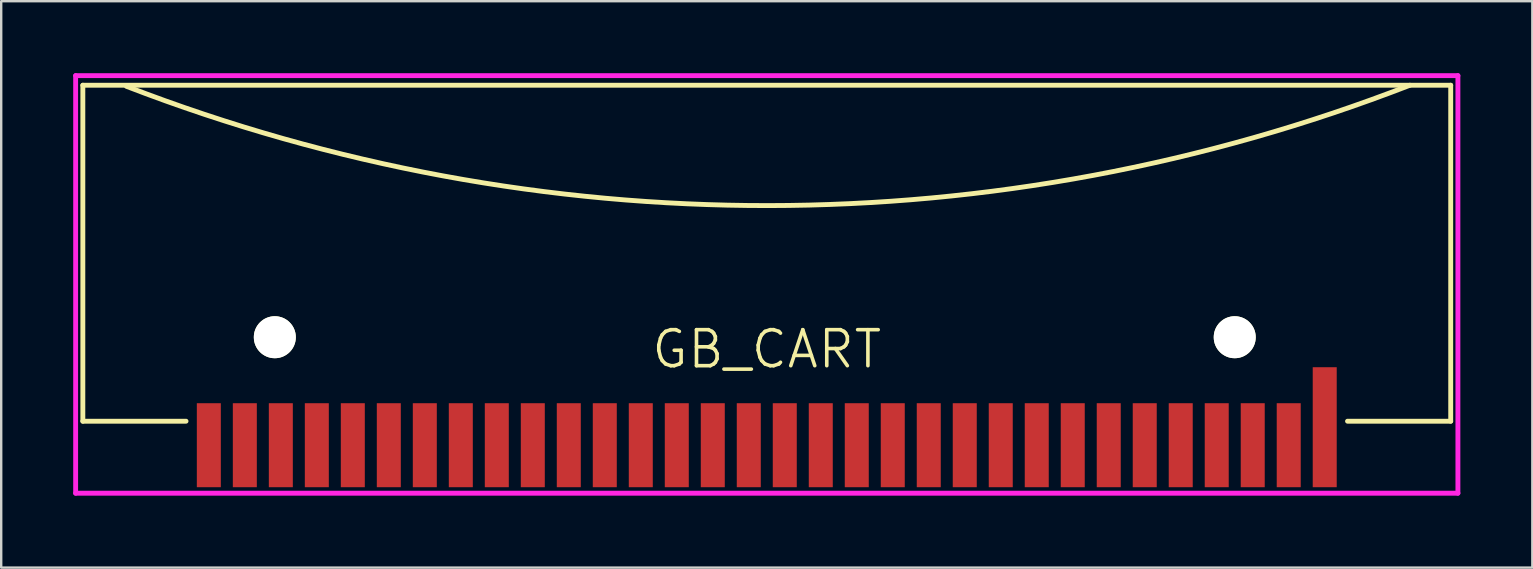
<source format=kicad_pcb>
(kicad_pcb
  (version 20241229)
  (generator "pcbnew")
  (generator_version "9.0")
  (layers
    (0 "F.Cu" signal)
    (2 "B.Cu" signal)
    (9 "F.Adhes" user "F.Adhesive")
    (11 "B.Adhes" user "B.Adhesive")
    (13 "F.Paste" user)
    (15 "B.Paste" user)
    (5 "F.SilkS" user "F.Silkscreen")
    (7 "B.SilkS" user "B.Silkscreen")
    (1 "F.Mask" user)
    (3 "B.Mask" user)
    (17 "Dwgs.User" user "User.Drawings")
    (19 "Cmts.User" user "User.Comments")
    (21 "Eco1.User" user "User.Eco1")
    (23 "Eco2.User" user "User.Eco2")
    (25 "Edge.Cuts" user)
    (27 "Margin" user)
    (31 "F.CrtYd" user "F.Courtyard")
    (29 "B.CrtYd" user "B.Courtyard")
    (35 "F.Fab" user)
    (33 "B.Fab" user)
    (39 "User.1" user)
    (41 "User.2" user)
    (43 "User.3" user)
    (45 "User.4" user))
  (footprint "GB_CART"
    (layer "F.Cu")
    (at 28.902 15.502)
    (property "Reference" "GB_CART" (at 0 -4 0) (layer "F.SilkS") (effects (font (size 1.5 1.5) (thickness 0.15))))
    (attr through_hole)
    (fp_line (start -28.5 -15) (end 28.5 -15) (stroke (width 0.203) (type solid)) (layer "F.SilkS"))
    (fp_line (start -28.5 -1) (end -28.5 -15) (stroke (width 0.203) (type solid)) (layer "F.SilkS"))
    (fp_line (start -24.2 -1) (end -28.5 -1) (stroke (width 0.203) (type solid)) (layer "F.SilkS"))
    (fp_line (start 28.5 -15) (end 28.5 -1) (stroke (width 0.203) (type solid)) (layer "F.SilkS"))
    (fp_line (start 28.5 -1) (end 24.2 -1) (stroke (width 0.203) (type solid)) (layer "F.SilkS"))
    (fp_arc (start 26.8 -15) (mid 0.062698 -9.984913) (end -26.683051 -14.954756) (stroke (width 0.2032) (type solid)) (layer "F.SilkS"))
    (fp_line (start -28.8 -15.4) (end 28.8 -15.4) (stroke (width 0.203) (type solid)) (layer "F.CrtYd"))
    (fp_line (start -28.8 2) (end -28.8 -15.4) (stroke (width 0.203) (type solid)) (layer "F.CrtYd"))
    (fp_line (start 28.8 -15.4) (end 28.8 2) (stroke (width 0.203) (type solid)) (layer "F.CrtYd"))
    (fp_line (start 28.8 2) (end -28.8 2) (stroke (width 0.203) (type solid)) (layer "F.CrtYd"))
    (pad "" np_thru_hole circle (at -20.5 -4.5) (size 1.75 1.75) (drill 1.75) (layers "*.Cu" "*.Mask" "F.SilkS"))
    (pad "" np_thru_hole circle (at 19.5 -4.5) (size 1.75 1.75) (drill 1.75) (layers "*.Cu" "*.Mask" "F.SilkS"))
    (pad "1" smd rect (at -23.25 0) (size 1 3.5) (layers "F.Cu" "F.Mask" "F.Paste"))
    (pad "2" smd rect (at -21.75 0) (size 1 3.5) (layers "F.Cu" "F.Mask" "F.Paste"))
    (pad "3" smd rect (at -20.25 0) (size 1 3.5) (layers "F.Cu" "F.Mask" "F.Paste"))
    (pad "4" smd rect (at -18.75 0) (size 1 3.5) (layers "F.Cu" "F.Mask" "F.Paste"))
    (pad "5" smd rect (at -17.25 0) (size 1 3.5) (layers "F.Cu" "F.Mask" "F.Paste"))
    (pad "6" smd rect (at -15.75 0) (size 1 3.5) (layers "F.Cu" "F.Mask" "F.Paste"))
    (pad "7" smd rect (at -14.25 0) (size 1 3.5) (layers "F.Cu" "F.Mask" "F.Paste"))
    (pad "8" smd rect (at -12.75 0) (size 1 3.5) (layers "F.Cu" "F.Mask" "F.Paste"))
    (pad "9" smd rect (at -11.25 0) (size 1 3.5) (layers "F.Cu" "F.Mask" "F.Paste"))
    (pad "10" smd rect (at -9.75 0) (size 1 3.5) (layers "F.Cu" "F.Mask" "F.Paste"))
    (pad "11" smd rect (at -8.25 0) (size 1 3.5) (layers "F.Cu" "F.Mask" "F.Paste"))
    (pad "12" smd rect (at -6.75 0) (size 1 3.5) (layers "F.Cu" "F.Mask" "F.Paste"))
    (pad "13" smd rect (at -5.25 0) (size 1 3.5) (layers "F.Cu" "F.Mask" "F.Paste"))
    (pad "14" smd rect (at -3.75 0) (size 1 3.5) (layers "F.Cu" "F.Mask" "F.Paste"))
    (pad "15" smd rect (at -2.25 0) (size 1 3.5) (layers "F.Cu" "F.Mask" "F.Paste"))
    (pad "16" smd rect (at -0.75 0) (size 1 3.5) (layers "F.Cu" "F.Mask" "F.Paste"))
    (pad "17" smd rect (at 0.75 0) (size 1 3.5) (layers "F.Cu" "F.Mask" "F.Paste"))
    (pad "18" smd rect (at 2.25 0) (size 1 3.5) (layers "F.Cu" "F.Mask" "F.Paste"))
    (pad "19" smd rect (at 3.75 0) (size 1 3.5) (layers "F.Cu" "F.Mask" "F.Paste"))
    (pad "20" smd rect (at 5.25 0) (size 1 3.5) (layers "F.Cu" "F.Mask" "F.Paste"))
    (pad "21" smd rect (at 6.75 0) (size 1 3.5) (layers "F.Cu" "F.Mask" "F.Paste"))
    (pad "22" smd rect (at 8.25 0) (size 1 3.5) (layers "F.Cu" "F.Mask" "F.Paste"))
    (pad "23" smd rect (at 9.75 0) (size 1 3.5) (layers "F.Cu" "F.Mask" "F.Paste"))
    (pad "24" smd rect (at 11.25 0) (size 1 3.5) (layers "F.Cu" "F.Mask" "F.Paste"))
    (pad "25" smd rect (at 12.75 0) (size 1 3.5) (layers "F.Cu" "F.Mask" "F.Paste"))
    (pad "26" smd rect (at 14.25 0) (size 1 3.5) (layers "F.Cu" "F.Mask" "F.Paste"))
    (pad "27" smd rect (at 15.75 0) (size 1 3.5) (layers "F.Cu" "F.Mask" "F.Paste"))
    (pad "28" smd rect (at 17.25 0) (size 1 3.5) (layers "F.Cu" "F.Mask" "F.Paste"))
    (pad "29" smd rect (at 18.75 0) (size 1 3.5) (layers "F.Cu" "F.Mask" "F.Paste"))
    (pad "30" smd rect (at 20.25 0) (size 1 3.5) (layers "F.Cu" "F.Mask" "F.Paste"))
    (pad "31" smd rect (at 21.75 0) (size 1 3.5) (layers "F.Cu" "F.Mask" "F.Paste"))
    (pad "32" smd rect (at 23.25 -0.75) (size 1 5) (layers "F.Cu" "F.Mask" "F.Paste")))
  (gr_rect
    (start -3 -3)
    (end 60.803 20.603)
    (stroke (width 0.1) (type default))
    (fill no)
    (layer "Edge.Cuts")))
</source>
